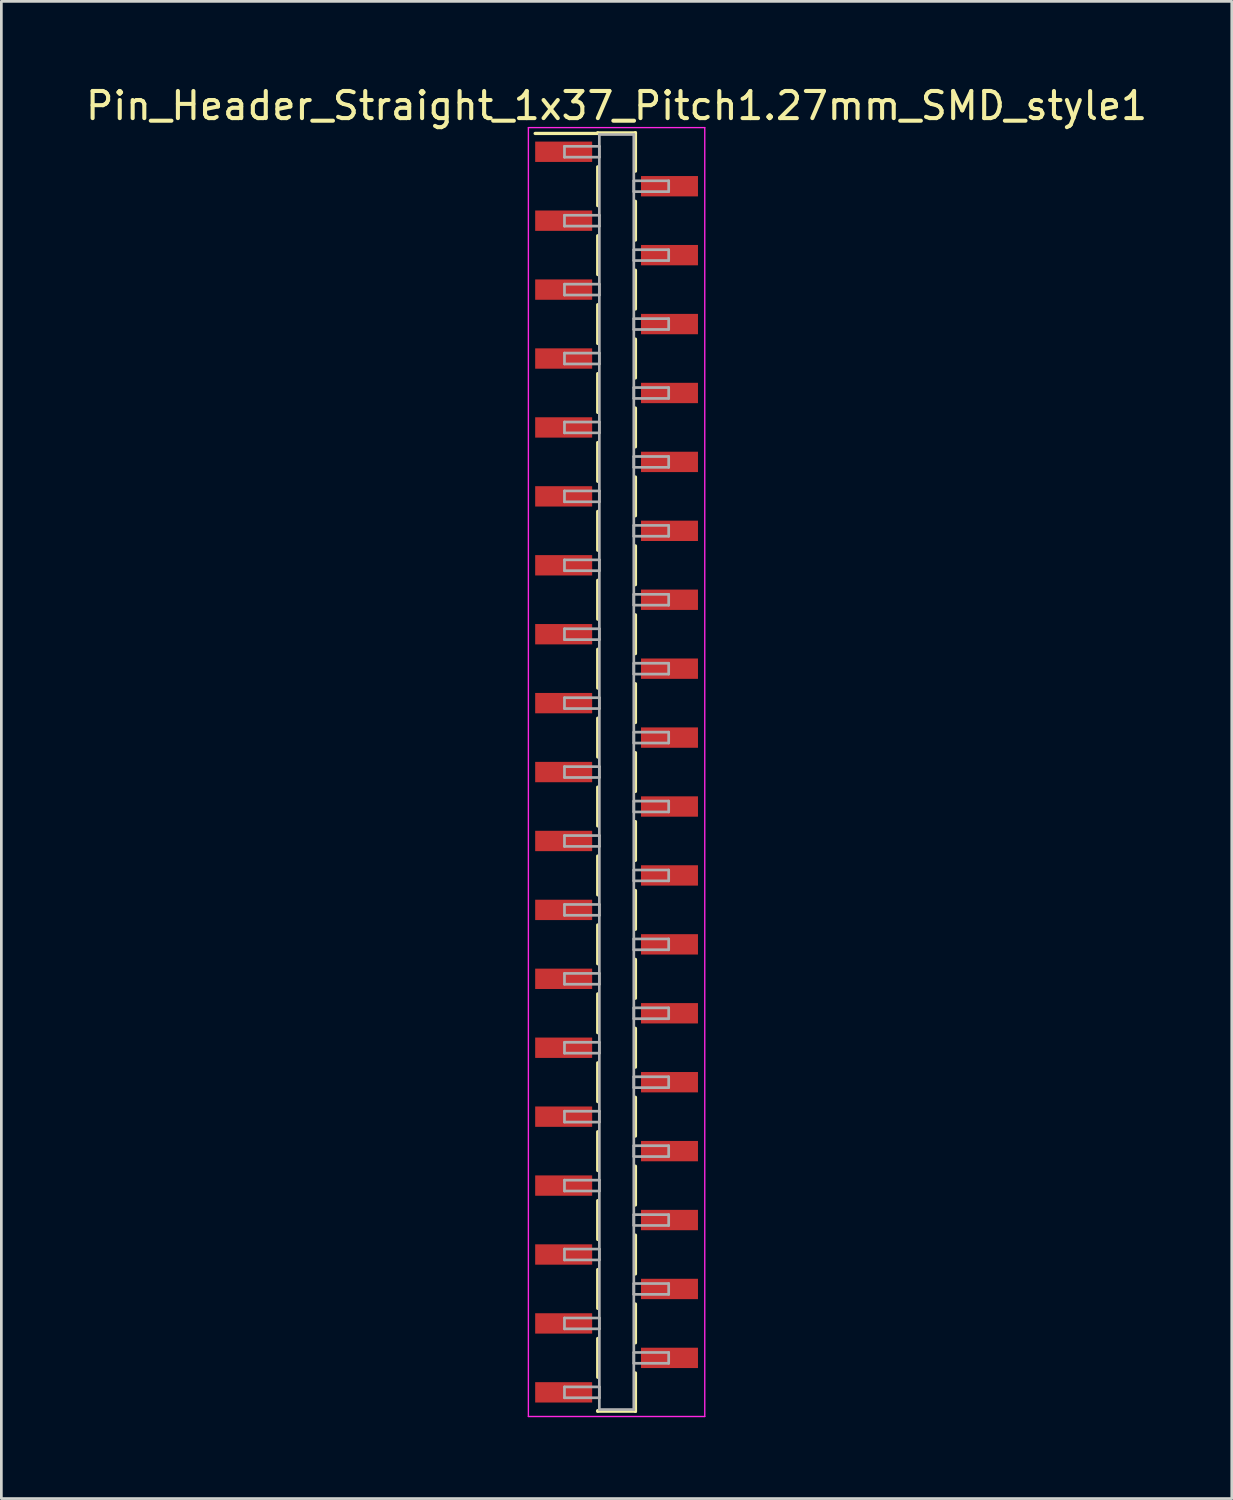
<source format=kicad_pcb>
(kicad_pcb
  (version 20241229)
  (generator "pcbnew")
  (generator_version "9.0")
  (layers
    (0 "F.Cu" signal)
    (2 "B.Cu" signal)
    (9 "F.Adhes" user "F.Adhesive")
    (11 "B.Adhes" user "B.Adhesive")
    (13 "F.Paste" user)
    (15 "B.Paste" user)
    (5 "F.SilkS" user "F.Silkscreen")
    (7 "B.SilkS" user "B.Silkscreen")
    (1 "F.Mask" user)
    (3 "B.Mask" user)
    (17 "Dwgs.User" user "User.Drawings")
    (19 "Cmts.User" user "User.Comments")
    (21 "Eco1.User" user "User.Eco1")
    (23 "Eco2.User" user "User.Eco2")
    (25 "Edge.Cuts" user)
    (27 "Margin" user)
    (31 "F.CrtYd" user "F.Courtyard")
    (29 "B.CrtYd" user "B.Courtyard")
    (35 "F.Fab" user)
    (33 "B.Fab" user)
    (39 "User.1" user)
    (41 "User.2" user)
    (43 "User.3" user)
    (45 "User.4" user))
  (footprint "Pin_Header_Straight_1x37_Pitch1.27mm_SMD_style1"
    (layer "F.Cu")
    (at 19.673 25.403)
    (property "Reference" "Pin_Header_Straight_1x37_Pitch1.27mm_SMD_style1" (at 0 -24.555 0) (layer "F.SilkS") (effects (font (size 1 1) (thickness 0.15))))
    (attr smd)
    (fp_line (start -0.695 -23.555) (end 0.695 -23.555) (stroke (width 0.12) (type solid)) (layer "F.SilkS"))
    (fp_line (start -0.695 -23.535) (end -3 -23.535) (stroke (width 0.12) (type solid)) (layer "F.SilkS"))
    (fp_line (start -0.695 -23.535) (end -0.695 -23.555) (stroke (width 0.12) (type solid)) (layer "F.SilkS"))
    (fp_line (start -0.695 -22.305) (end -0.695 -20.875) (stroke (width 0.12) (type solid)) (layer "F.SilkS"))
    (fp_line (start -0.695 -19.765) (end -0.695 -18.335) (stroke (width 0.12) (type solid)) (layer "F.SilkS"))
    (fp_line (start -0.695 -17.225) (end -0.695 -15.795) (stroke (width 0.12) (type solid)) (layer "F.SilkS"))
    (fp_line (start -0.695 -14.685) (end -0.695 -13.255) (stroke (width 0.12) (type solid)) (layer "F.SilkS"))
    (fp_line (start -0.695 -12.145) (end -0.695 -10.715) (stroke (width 0.12) (type solid)) (layer "F.SilkS"))
    (fp_line (start -0.695 -9.605) (end -0.695 -8.175) (stroke (width 0.12) (type solid)) (layer "F.SilkS"))
    (fp_line (start -0.695 -7.065) (end -0.695 -5.635) (stroke (width 0.12) (type solid)) (layer "F.SilkS"))
    (fp_line (start -0.695 -4.525) (end -0.695 -3.095) (stroke (width 0.12) (type solid)) (layer "F.SilkS"))
    (fp_line (start -0.695 -1.985) (end -0.695 -0.555) (stroke (width 0.12) (type solid)) (layer "F.SilkS"))
    (fp_line (start -0.695 0.555) (end -0.695 1.985) (stroke (width 0.12) (type solid)) (layer "F.SilkS"))
    (fp_line (start -0.695 3.095) (end -0.695 4.525) (stroke (width 0.12) (type solid)) (layer "F.SilkS"))
    (fp_line (start -0.695 5.635) (end -0.695 7.065) (stroke (width 0.12) (type solid)) (layer "F.SilkS"))
    (fp_line (start -0.695 8.175) (end -0.695 9.605) (stroke (width 0.12) (type solid)) (layer "F.SilkS"))
    (fp_line (start -0.695 10.715) (end -0.695 12.145) (stroke (width 0.12) (type solid)) (layer "F.SilkS"))
    (fp_line (start -0.695 13.255) (end -0.695 14.685) (stroke (width 0.12) (type solid)) (layer "F.SilkS"))
    (fp_line (start -0.695 15.795) (end -0.695 17.225) (stroke (width 0.12) (type solid)) (layer "F.SilkS"))
    (fp_line (start -0.695 18.335) (end -0.695 19.765) (stroke (width 0.12) (type solid)) (layer "F.SilkS"))
    (fp_line (start -0.695 20.875) (end -0.695 22.305) (stroke (width 0.12) (type solid)) (layer "F.SilkS"))
    (fp_line (start -0.695 23.535) (end -0.695 23.555) (stroke (width 0.12) (type solid)) (layer "F.SilkS"))
    (fp_line (start -0.695 23.555) (end 0.695 23.555) (stroke (width 0.12) (type solid)) (layer "F.SilkS"))
    (fp_line (start 0.695 -23.555) (end 0.695 -23.535) (stroke (width 0.12) (type solid)) (layer "F.SilkS"))
    (fp_line (start 0.695 -23.555) (end 0.695 -22.145) (stroke (width 0.12) (type solid)) (layer "F.SilkS"))
    (fp_line (start 0.695 -21.035) (end 0.695 -19.605) (stroke (width 0.12) (type solid)) (layer "F.SilkS"))
    (fp_line (start 0.695 -18.495) (end 0.695 -17.065) (stroke (width 0.12) (type solid)) (layer "F.SilkS"))
    (fp_line (start 0.695 -15.955) (end 0.695 -14.525) (stroke (width 0.12) (type solid)) (layer "F.SilkS"))
    (fp_line (start 0.695 -13.415) (end 0.695 -11.985) (stroke (width 0.12) (type solid)) (layer "F.SilkS"))
    (fp_line (start 0.695 -10.875) (end 0.695 -9.445) (stroke (width 0.12) (type solid)) (layer "F.SilkS"))
    (fp_line (start 0.695 -8.335) (end 0.695 -6.905) (stroke (width 0.12) (type solid)) (layer "F.SilkS"))
    (fp_line (start 0.695 -5.795) (end 0.695 -4.365) (stroke (width 0.12) (type solid)) (layer "F.SilkS"))
    (fp_line (start 0.695 -3.255) (end 0.695 -1.825) (stroke (width 0.12) (type solid)) (layer "F.SilkS"))
    (fp_line (start 0.695 -0.715) (end 0.695 0.715) (stroke (width 0.12) (type solid)) (layer "F.SilkS"))
    (fp_line (start 0.695 1.825) (end 0.695 3.255) (stroke (width 0.12) (type solid)) (layer "F.SilkS"))
    (fp_line (start 0.695 4.365) (end 0.695 5.795) (stroke (width 0.12) (type solid)) (layer "F.SilkS"))
    (fp_line (start 0.695 6.905) (end 0.695 8.335) (stroke (width 0.12) (type solid)) (layer "F.SilkS"))
    (fp_line (start 0.695 9.445) (end 0.695 10.875) (stroke (width 0.12) (type solid)) (layer "F.SilkS"))
    (fp_line (start 0.695 11.985) (end 0.695 13.415) (stroke (width 0.12) (type solid)) (layer "F.SilkS"))
    (fp_line (start 0.695 14.525) (end 0.695 15.955) (stroke (width 0.12) (type solid)) (layer "F.SilkS"))
    (fp_line (start 0.695 17.065) (end 0.695 18.495) (stroke (width 0.12) (type solid)) (layer "F.SilkS"))
    (fp_line (start 0.695 19.605) (end 0.695 21.035) (stroke (width 0.12) (type solid)) (layer "F.SilkS"))
    (fp_line (start 0.695 22.145) (end 0.695 23.555) (stroke (width 0.12) (type solid)) (layer "F.SilkS"))
    (fp_line (start 0.695 23.555) (end 0.695 23.535) (stroke (width 0.12) (type solid)) (layer "F.SilkS"))
    (fp_line (start -3.25 -23.75) (end -3.25 23.75) (stroke (width 0.05) (type solid)) (layer "F.CrtYd"))
    (fp_line (start -3.25 23.75) (end 3.25 23.75) (stroke (width 0.05) (type solid)) (layer "F.CrtYd"))
    (fp_line (start 3.25 -23.75) (end -3.25 -23.75) (stroke (width 0.05) (type solid)) (layer "F.CrtYd"))
    (fp_line (start 3.25 23.75) (end 3.25 -23.75) (stroke (width 0.05) (type solid)) (layer "F.CrtYd"))
    (fp_line (start -1.92 -23.06) (end -0.635 -23.06) (stroke (width 0.1) (type solid)) (layer "F.Fab"))
    (fp_line (start -1.92 -22.66) (end -1.92 -23.06) (stroke (width 0.1) (type solid)) (layer "F.Fab"))
    (fp_line (start -1.92 -20.52) (end -0.635 -20.52) (stroke (width 0.1) (type solid)) (layer "F.Fab"))
    (fp_line (start -1.92 -20.12) (end -1.92 -20.52) (stroke (width 0.1) (type solid)) (layer "F.Fab"))
    (fp_line (start -1.92 -17.98) (end -0.635 -17.98) (stroke (width 0.1) (type solid)) (layer "F.Fab"))
    (fp_line (start -1.92 -17.58) (end -1.92 -17.98) (stroke (width 0.1) (type solid)) (layer "F.Fab"))
    (fp_line (start -1.92 -15.44) (end -0.635 -15.44) (stroke (width 0.1) (type solid)) (layer "F.Fab"))
    (fp_line (start -1.92 -15.04) (end -1.92 -15.44) (stroke (width 0.1) (type solid)) (layer "F.Fab"))
    (fp_line (start -1.92 -12.9) (end -0.635 -12.9) (stroke (width 0.1) (type solid)) (layer "F.Fab"))
    (fp_line (start -1.92 -12.5) (end -1.92 -12.9) (stroke (width 0.1) (type solid)) (layer "F.Fab"))
    (fp_line (start -1.92 -10.36) (end -0.635 -10.36) (stroke (width 0.1) (type solid)) (layer "F.Fab"))
    (fp_line (start -1.92 -9.96) (end -1.92 -10.36) (stroke (width 0.1) (type solid)) (layer "F.Fab"))
    (fp_line (start -1.92 -7.82) (end -0.635 -7.82) (stroke (width 0.1) (type solid)) (layer "F.Fab"))
    (fp_line (start -1.92 -7.42) (end -1.92 -7.82) (stroke (width 0.1) (type solid)) (layer "F.Fab"))
    (fp_line (start -1.92 -5.28) (end -0.635 -5.28) (stroke (width 0.1) (type solid)) (layer "F.Fab"))
    (fp_line (start -1.92 -4.88) (end -1.92 -5.28) (stroke (width 0.1) (type solid)) (layer "F.Fab"))
    (fp_line (start -1.92 -2.74) (end -0.635 -2.74) (stroke (width 0.1) (type solid)) (layer "F.Fab"))
    (fp_line (start -1.92 -2.34) (end -1.92 -2.74) (stroke (width 0.1) (type solid)) (layer "F.Fab"))
    (fp_line (start -1.92 -0.2) (end -0.635 -0.2) (stroke (width 0.1) (type solid)) (layer "F.Fab"))
    (fp_line (start -1.92 0.2) (end -1.92 -0.2) (stroke (width 0.1) (type solid)) (layer "F.Fab"))
    (fp_line (start -1.92 2.34) (end -0.635 2.34) (stroke (width 0.1) (type solid)) (layer "F.Fab"))
    (fp_line (start -1.92 2.74) (end -1.92 2.34) (stroke (width 0.1) (type solid)) (layer "F.Fab"))
    (fp_line (start -1.92 4.88) (end -0.635 4.88) (stroke (width 0.1) (type solid)) (layer "F.Fab"))
    (fp_line (start -1.92 5.28) (end -1.92 4.88) (stroke (width 0.1) (type solid)) (layer "F.Fab"))
    (fp_line (start -1.92 7.42) (end -0.635 7.42) (stroke (width 0.1) (type solid)) (layer "F.Fab"))
    (fp_line (start -1.92 7.82) (end -1.92 7.42) (stroke (width 0.1) (type solid)) (layer "F.Fab"))
    (fp_line (start -1.92 9.96) (end -0.635 9.96) (stroke (width 0.1) (type solid)) (layer "F.Fab"))
    (fp_line (start -1.92 10.36) (end -1.92 9.96) (stroke (width 0.1) (type solid)) (layer "F.Fab"))
    (fp_line (start -1.92 12.5) (end -0.635 12.5) (stroke (width 0.1) (type solid)) (layer "F.Fab"))
    (fp_line (start -1.92 12.9) (end -1.92 12.5) (stroke (width 0.1) (type solid)) (layer "F.Fab"))
    (fp_line (start -1.92 15.04) (end -0.635 15.04) (stroke (width 0.1) (type solid)) (layer "F.Fab"))
    (fp_line (start -1.92 15.44) (end -1.92 15.04) (stroke (width 0.1) (type solid)) (layer "F.Fab"))
    (fp_line (start -1.92 17.58) (end -0.635 17.58) (stroke (width 0.1) (type solid)) (layer "F.Fab"))
    (fp_line (start -1.92 17.98) (end -1.92 17.58) (stroke (width 0.1) (type solid)) (layer "F.Fab"))
    (fp_line (start -1.92 20.12) (end -0.635 20.12) (stroke (width 0.1) (type solid)) (layer "F.Fab"))
    (fp_line (start -1.92 20.52) (end -1.92 20.12) (stroke (width 0.1) (type solid)) (layer "F.Fab"))
    (fp_line (start -1.92 22.66) (end -0.635 22.66) (stroke (width 0.1) (type solid)) (layer "F.Fab"))
    (fp_line (start -1.92 23.06) (end -1.92 22.66) (stroke (width 0.1) (type solid)) (layer "F.Fab"))
    (fp_line (start -0.635 -23.495) (end -0.635 23.495) (stroke (width 0.1) (type solid)) (layer "F.Fab"))
    (fp_line (start -0.635 -23.06) (end -0.635 -22.66) (stroke (width 0.1) (type solid)) (layer "F.Fab"))
    (fp_line (start -0.635 -22.66) (end -1.92 -22.66) (stroke (width 0.1) (type solid)) (layer "F.Fab"))
    (fp_line (start -0.635 -20.52) (end -0.635 -20.12) (stroke (width 0.1) (type solid)) (layer "F.Fab"))
    (fp_line (start -0.635 -20.12) (end -1.92 -20.12) (stroke (width 0.1) (type solid)) (layer "F.Fab"))
    (fp_line (start -0.635 -17.98) (end -0.635 -17.58) (stroke (width 0.1) (type solid)) (layer "F.Fab"))
    (fp_line (start -0.635 -17.58) (end -1.92 -17.58) (stroke (width 0.1) (type solid)) (layer "F.Fab"))
    (fp_line (start -0.635 -15.44) (end -0.635 -15.04) (stroke (width 0.1) (type solid)) (layer "F.Fab"))
    (fp_line (start -0.635 -15.04) (end -1.92 -15.04) (stroke (width 0.1) (type solid)) (layer "F.Fab"))
    (fp_line (start -0.635 -12.9) (end -0.635 -12.5) (stroke (width 0.1) (type solid)) (layer "F.Fab"))
    (fp_line (start -0.635 -12.5) (end -1.92 -12.5) (stroke (width 0.1) (type solid)) (layer "F.Fab"))
    (fp_line (start -0.635 -10.36) (end -0.635 -9.96) (stroke (width 0.1) (type solid)) (layer "F.Fab"))
    (fp_line (start -0.635 -9.96) (end -1.92 -9.96) (stroke (width 0.1) (type solid)) (layer "F.Fab"))
    (fp_line (start -0.635 -7.82) (end -0.635 -7.42) (stroke (width 0.1) (type solid)) (layer "F.Fab"))
    (fp_line (start -0.635 -7.42) (end -1.92 -7.42) (stroke (width 0.1) (type solid)) (layer "F.Fab"))
    (fp_line (start -0.635 -5.28) (end -0.635 -4.88) (stroke (width 0.1) (type solid)) (layer "F.Fab"))
    (fp_line (start -0.635 -4.88) (end -1.92 -4.88) (stroke (width 0.1) (type solid)) (layer "F.Fab"))
    (fp_line (start -0.635 -2.74) (end -0.635 -2.34) (stroke (width 0.1) (type solid)) (layer "F.Fab"))
    (fp_line (start -0.635 -2.34) (end -1.92 -2.34) (stroke (width 0.1) (type solid)) (layer "F.Fab"))
    (fp_line (start -0.635 -0.2) (end -0.635 0.2) (stroke (width 0.1) (type solid)) (layer "F.Fab"))
    (fp_line (start -0.635 0.2) (end -1.92 0.2) (stroke (width 0.1) (type solid)) (layer "F.Fab"))
    (fp_line (start -0.635 2.34) (end -0.635 2.74) (stroke (width 0.1) (type solid)) (layer "F.Fab"))
    (fp_line (start -0.635 2.74) (end -1.92 2.74) (stroke (width 0.1) (type solid)) (layer "F.Fab"))
    (fp_line (start -0.635 4.88) (end -0.635 5.28) (stroke (width 0.1) (type solid)) (layer "F.Fab"))
    (fp_line (start -0.635 5.28) (end -1.92 5.28) (stroke (width 0.1) (type solid)) (layer "F.Fab"))
    (fp_line (start -0.635 7.42) (end -0.635 7.82) (stroke (width 0.1) (type solid)) (layer "F.Fab"))
    (fp_line (start -0.635 7.82) (end -1.92 7.82) (stroke (width 0.1) (type solid)) (layer "F.Fab"))
    (fp_line (start -0.635 9.96) (end -0.635 10.36) (stroke (width 0.1) (type solid)) (layer "F.Fab"))
    (fp_line (start -0.635 10.36) (end -1.92 10.36) (stroke (width 0.1) (type solid)) (layer "F.Fab"))
    (fp_line (start -0.635 12.5) (end -0.635 12.9) (stroke (width 0.1) (type solid)) (layer "F.Fab"))
    (fp_line (start -0.635 12.9) (end -1.92 12.9) (stroke (width 0.1) (type solid)) (layer "F.Fab"))
    (fp_line (start -0.635 15.04) (end -0.635 15.44) (stroke (width 0.1) (type solid)) (layer "F.Fab"))
    (fp_line (start -0.635 15.44) (end -1.92 15.44) (stroke (width 0.1) (type solid)) (layer "F.Fab"))
    (fp_line (start -0.635 17.58) (end -0.635 17.98) (stroke (width 0.1) (type solid)) (layer "F.Fab"))
    (fp_line (start -0.635 17.98) (end -1.92 17.98) (stroke (width 0.1) (type solid)) (layer "F.Fab"))
    (fp_line (start -0.635 20.12) (end -0.635 20.52) (stroke (width 0.1) (type solid)) (layer "F.Fab"))
    (fp_line (start -0.635 20.52) (end -1.92 20.52) (stroke (width 0.1) (type solid)) (layer "F.Fab"))
    (fp_line (start -0.635 22.66) (end -0.635 23.06) (stroke (width 0.1) (type solid)) (layer "F.Fab"))
    (fp_line (start -0.635 23.06) (end -1.92 23.06) (stroke (width 0.1) (type solid)) (layer "F.Fab"))
    (fp_line (start -0.635 23.495) (end 0.635 23.495) (stroke (width 0.1) (type solid)) (layer "F.Fab"))
    (fp_line (start 0.635 -23.495) (end -0.635 -23.495) (stroke (width 0.1) (type solid)) (layer "F.Fab"))
    (fp_line (start 0.635 -21.79) (end 0.635 -21.39) (stroke (width 0.1) (type solid)) (layer "F.Fab"))
    (fp_line (start 0.635 -21.39) (end 1.92 -21.39) (stroke (width 0.1) (type solid)) (layer "F.Fab"))
    (fp_line (start 0.635 -19.25) (end 0.635 -18.85) (stroke (width 0.1) (type solid)) (layer "F.Fab"))
    (fp_line (start 0.635 -18.85) (end 1.92 -18.85) (stroke (width 0.1) (type solid)) (layer "F.Fab"))
    (fp_line (start 0.635 -16.71) (end 0.635 -16.31) (stroke (width 0.1) (type solid)) (layer "F.Fab"))
    (fp_line (start 0.635 -16.31) (end 1.92 -16.31) (stroke (width 0.1) (type solid)) (layer "F.Fab"))
    (fp_line (start 0.635 -14.17) (end 0.635 -13.77) (stroke (width 0.1) (type solid)) (layer "F.Fab"))
    (fp_line (start 0.635 -13.77) (end 1.92 -13.77) (stroke (width 0.1) (type solid)) (layer "F.Fab"))
    (fp_line (start 0.635 -11.63) (end 0.635 -11.23) (stroke (width 0.1) (type solid)) (layer "F.Fab"))
    (fp_line (start 0.635 -11.23) (end 1.92 -11.23) (stroke (width 0.1) (type solid)) (layer "F.Fab"))
    (fp_line (start 0.635 -9.09) (end 0.635 -8.69) (stroke (width 0.1) (type solid)) (layer "F.Fab"))
    (fp_line (start 0.635 -8.69) (end 1.92 -8.69) (stroke (width 0.1) (type solid)) (layer "F.Fab"))
    (fp_line (start 0.635 -6.55) (end 0.635 -6.15) (stroke (width 0.1) (type solid)) (layer "F.Fab"))
    (fp_line (start 0.635 -6.15) (end 1.92 -6.15) (stroke (width 0.1) (type solid)) (layer "F.Fab"))
    (fp_line (start 0.635 -4.01) (end 0.635 -3.61) (stroke (width 0.1) (type solid)) (layer "F.Fab"))
    (fp_line (start 0.635 -3.61) (end 1.92 -3.61) (stroke (width 0.1) (type solid)) (layer "F.Fab"))
    (fp_line (start 0.635 -1.47) (end 0.635 -1.07) (stroke (width 0.1) (type solid)) (layer "F.Fab"))
    (fp_line (start 0.635 -1.07) (end 1.92 -1.07) (stroke (width 0.1) (type solid)) (layer "F.Fab"))
    (fp_line (start 0.635 1.07) (end 0.635 1.47) (stroke (width 0.1) (type solid)) (layer "F.Fab"))
    (fp_line (start 0.635 1.47) (end 1.92 1.47) (stroke (width 0.1) (type solid)) (layer "F.Fab"))
    (fp_line (start 0.635 3.61) (end 0.635 4.01) (stroke (width 0.1) (type solid)) (layer "F.Fab"))
    (fp_line (start 0.635 4.01) (end 1.92 4.01) (stroke (width 0.1) (type solid)) (layer "F.Fab"))
    (fp_line (start 0.635 6.15) (end 0.635 6.55) (stroke (width 0.1) (type solid)) (layer "F.Fab"))
    (fp_line (start 0.635 6.55) (end 1.92 6.55) (stroke (width 0.1) (type solid)) (layer "F.Fab"))
    (fp_line (start 0.635 8.69) (end 0.635 9.09) (stroke (width 0.1) (type solid)) (layer "F.Fab"))
    (fp_line (start 0.635 9.09) (end 1.92 9.09) (stroke (width 0.1) (type solid)) (layer "F.Fab"))
    (fp_line (start 0.635 11.23) (end 0.635 11.63) (stroke (width 0.1) (type solid)) (layer "F.Fab"))
    (fp_line (start 0.635 11.63) (end 1.92 11.63) (stroke (width 0.1) (type solid)) (layer "F.Fab"))
    (fp_line (start 0.635 13.77) (end 0.635 14.17) (stroke (width 0.1) (type solid)) (layer "F.Fab"))
    (fp_line (start 0.635 14.17) (end 1.92 14.17) (stroke (width 0.1) (type solid)) (layer "F.Fab"))
    (fp_line (start 0.635 16.31) (end 0.635 16.71) (stroke (width 0.1) (type solid)) (layer "F.Fab"))
    (fp_line (start 0.635 16.71) (end 1.92 16.71) (stroke (width 0.1) (type solid)) (layer "F.Fab"))
    (fp_line (start 0.635 18.85) (end 0.635 19.25) (stroke (width 0.1) (type solid)) (layer "F.Fab"))
    (fp_line (start 0.635 19.25) (end 1.92 19.25) (stroke (width 0.1) (type solid)) (layer "F.Fab"))
    (fp_line (start 0.635 21.39) (end 0.635 21.79) (stroke (width 0.1) (type solid)) (layer "F.Fab"))
    (fp_line (start 0.635 21.79) (end 1.92 21.79) (stroke (width 0.1) (type solid)) (layer "F.Fab"))
    (fp_line (start 0.635 23.495) (end 0.635 -23.495) (stroke (width 0.1) (type solid)) (layer "F.Fab"))
    (fp_line (start 1.92 -21.79) (end 0.635 -21.79) (stroke (width 0.1) (type solid)) (layer "F.Fab"))
    (fp_line (start 1.92 -21.39) (end 1.92 -21.79) (stroke (width 0.1) (type solid)) (layer "F.Fab"))
    (fp_line (start 1.92 -19.25) (end 0.635 -19.25) (stroke (width 0.1) (type solid)) (layer "F.Fab"))
    (fp_line (start 1.92 -18.85) (end 1.92 -19.25) (stroke (width 0.1) (type solid)) (layer "F.Fab"))
    (fp_line (start 1.92 -16.71) (end 0.635 -16.71) (stroke (width 0.1) (type solid)) (layer "F.Fab"))
    (fp_line (start 1.92 -16.31) (end 1.92 -16.71) (stroke (width 0.1) (type solid)) (layer "F.Fab"))
    (fp_line (start 1.92 -14.17) (end 0.635 -14.17) (stroke (width 0.1) (type solid)) (layer "F.Fab"))
    (fp_line (start 1.92 -13.77) (end 1.92 -14.17) (stroke (width 0.1) (type solid)) (layer "F.Fab"))
    (fp_line (start 1.92 -11.63) (end 0.635 -11.63) (stroke (width 0.1) (type solid)) (layer "F.Fab"))
    (fp_line (start 1.92 -11.23) (end 1.92 -11.63) (stroke (width 0.1) (type solid)) (layer "F.Fab"))
    (fp_line (start 1.92 -9.09) (end 0.635 -9.09) (stroke (width 0.1) (type solid)) (layer "F.Fab"))
    (fp_line (start 1.92 -8.69) (end 1.92 -9.09) (stroke (width 0.1) (type solid)) (layer "F.Fab"))
    (fp_line (start 1.92 -6.55) (end 0.635 -6.55) (stroke (width 0.1) (type solid)) (layer "F.Fab"))
    (fp_line (start 1.92 -6.15) (end 1.92 -6.55) (stroke (width 0.1) (type solid)) (layer "F.Fab"))
    (fp_line (start 1.92 -4.01) (end 0.635 -4.01) (stroke (width 0.1) (type solid)) (layer "F.Fab"))
    (fp_line (start 1.92 -3.61) (end 1.92 -4.01) (stroke (width 0.1) (type solid)) (layer "F.Fab"))
    (fp_line (start 1.92 -1.47) (end 0.635 -1.47) (stroke (width 0.1) (type solid)) (layer "F.Fab"))
    (fp_line (start 1.92 -1.07) (end 1.92 -1.47) (stroke (width 0.1) (type solid)) (layer "F.Fab"))
    (fp_line (start 1.92 1.07) (end 0.635 1.07) (stroke (width 0.1) (type solid)) (layer "F.Fab"))
    (fp_line (start 1.92 1.47) (end 1.92 1.07) (stroke (width 0.1) (type solid)) (layer "F.Fab"))
    (fp_line (start 1.92 3.61) (end 0.635 3.61) (stroke (width 0.1) (type solid)) (layer "F.Fab"))
    (fp_line (start 1.92 4.01) (end 1.92 3.61) (stroke (width 0.1) (type solid)) (layer "F.Fab"))
    (fp_line (start 1.92 6.15) (end 0.635 6.15) (stroke (width 0.1) (type solid)) (layer "F.Fab"))
    (fp_line (start 1.92 6.55) (end 1.92 6.15) (stroke (width 0.1) (type solid)) (layer "F.Fab"))
    (fp_line (start 1.92 8.69) (end 0.635 8.69) (stroke (width 0.1) (type solid)) (layer "F.Fab"))
    (fp_line (start 1.92 9.09) (end 1.92 8.69) (stroke (width 0.1) (type solid)) (layer "F.Fab"))
    (fp_line (start 1.92 11.23) (end 0.635 11.23) (stroke (width 0.1) (type solid)) (layer "F.Fab"))
    (fp_line (start 1.92 11.63) (end 1.92 11.23) (stroke (width 0.1) (type solid)) (layer "F.Fab"))
    (fp_line (start 1.92 13.77) (end 0.635 13.77) (stroke (width 0.1) (type solid)) (layer "F.Fab"))
    (fp_line (start 1.92 14.17) (end 1.92 13.77) (stroke (width 0.1) (type solid)) (layer "F.Fab"))
    (fp_line (start 1.92 16.31) (end 0.635 16.31) (stroke (width 0.1) (type solid)) (layer "F.Fab"))
    (fp_line (start 1.92 16.71) (end 1.92 16.31) (stroke (width 0.1) (type solid)) (layer "F.Fab"))
    (fp_line (start 1.92 18.85) (end 0.635 18.85) (stroke (width 0.1) (type solid)) (layer "F.Fab"))
    (fp_line (start 1.92 19.25) (end 1.92 18.85) (stroke (width 0.1) (type solid)) (layer "F.Fab"))
    (fp_line (start 1.92 21.39) (end 0.635 21.39) (stroke (width 0.1) (type solid)) (layer "F.Fab"))
    (fp_line (start 1.92 21.79) (end 1.92 21.39) (stroke (width 0.1) (type solid)) (layer "F.Fab"))
    (pad "1" smd rect (at -1.95 -22.86) (size 2.1 0.75) (layers "F.Cu" "F.Mask"))
    (pad "2" smd rect (at 1.95 -21.59) (size 2.1 0.75) (layers "F.Cu" "F.Mask"))
    (pad "3" smd rect (at -1.95 -20.32) (size 2.1 0.75) (layers "F.Cu" "F.Mask"))
    (pad "4" smd rect (at 1.95 -19.05) (size 2.1 0.75) (layers "F.Cu" "F.Mask"))
    (pad "5" smd rect (at -1.95 -17.78) (size 2.1 0.75) (layers "F.Cu" "F.Mask"))
    (pad "6" smd rect (at 1.95 -16.51) (size 2.1 0.75) (layers "F.Cu" "F.Mask"))
    (pad "7" smd rect (at -1.95 -15.24) (size 2.1 0.75) (layers "F.Cu" "F.Mask"))
    (pad "8" smd rect (at 1.95 -13.97) (size 2.1 0.75) (layers "F.Cu" "F.Mask"))
    (pad "9" smd rect (at -1.95 -12.7) (size 2.1 0.75) (layers "F.Cu" "F.Mask"))
    (pad "10" smd rect (at 1.95 -11.43) (size 2.1 0.75) (layers "F.Cu" "F.Mask"))
    (pad "11" smd rect (at -1.95 -10.16) (size 2.1 0.75) (layers "F.Cu" "F.Mask"))
    (pad "12" smd rect (at 1.95 -8.89) (size 2.1 0.75) (layers "F.Cu" "F.Mask"))
    (pad "13" smd rect (at -1.95 -7.62) (size 2.1 0.75) (layers "F.Cu" "F.Mask"))
    (pad "14" smd rect (at 1.95 -6.35) (size 2.1 0.75) (layers "F.Cu" "F.Mask"))
    (pad "15" smd rect (at -1.95 -5.08) (size 2.1 0.75) (layers "F.Cu" "F.Mask"))
    (pad "16" smd rect (at 1.95 -3.81) (size 2.1 0.75) (layers "F.Cu" "F.Mask"))
    (pad "17" smd rect (at -1.95 -2.54) (size 2.1 0.75) (layers "F.Cu" "F.Mask"))
    (pad "18" smd rect (at 1.95 -1.27) (size 2.1 0.75) (layers "F.Cu" "F.Mask"))
    (pad "19" smd rect (at -1.95 0) (size 2.1 0.75) (layers "F.Cu" "F.Mask"))
    (pad "20" smd rect (at 1.95 1.27) (size 2.1 0.75) (layers "F.Cu" "F.Mask"))
    (pad "21" smd rect (at -1.95 2.54) (size 2.1 0.75) (layers "F.Cu" "F.Mask"))
    (pad "22" smd rect (at 1.95 3.81) (size 2.1 0.75) (layers "F.Cu" "F.Mask"))
    (pad "23" smd rect (at -1.95 5.08) (size 2.1 0.75) (layers "F.Cu" "F.Mask"))
    (pad "24" smd rect (at 1.95 6.35) (size 2.1 0.75) (layers "F.Cu" "F.Mask"))
    (pad "25" smd rect (at -1.95 7.62) (size 2.1 0.75) (layers "F.Cu" "F.Mask"))
    (pad "26" smd rect (at 1.95 8.89) (size 2.1 0.75) (layers "F.Cu" "F.Mask"))
    (pad "27" smd rect (at -1.95 10.16) (size 2.1 0.75) (layers "F.Cu" "F.Mask"))
    (pad "28" smd rect (at 1.95 11.43) (size 2.1 0.75) (layers "F.Cu" "F.Mask"))
    (pad "29" smd rect (at -1.95 12.7) (size 2.1 0.75) (layers "F.Cu" "F.Mask"))
    (pad "30" smd rect (at 1.95 13.97) (size 2.1 0.75) (layers "F.Cu" "F.Mask"))
    (pad "31" smd rect (at -1.95 15.24) (size 2.1 0.75) (layers "F.Cu" "F.Mask"))
    (pad "32" smd rect (at 1.95 16.51) (size 2.1 0.75) (layers "F.Cu" "F.Mask"))
    (pad "33" smd rect (at -1.95 17.78) (size 2.1 0.75) (layers "F.Cu" "F.Mask"))
    (pad "34" smd rect (at 1.95 19.05) (size 2.1 0.75) (layers "F.Cu" "F.Mask"))
    (pad "35" smd rect (at -1.95 20.32) (size 2.1 0.75) (layers "F.Cu" "F.Mask"))
    (pad "36" smd rect (at 1.95 21.59) (size 2.1 0.75) (layers "F.Cu" "F.Mask"))
    (pad "37" smd rect (at -1.95 22.86) (size 2.1 0.75) (layers "F.Cu" "F.Mask")))
  (gr_rect
    (start -3 -3)
    (end 42.345 52.178)
    (stroke (width 0.1) (type default))
    (fill no)
    (layer "Edge.Cuts")))
</source>
